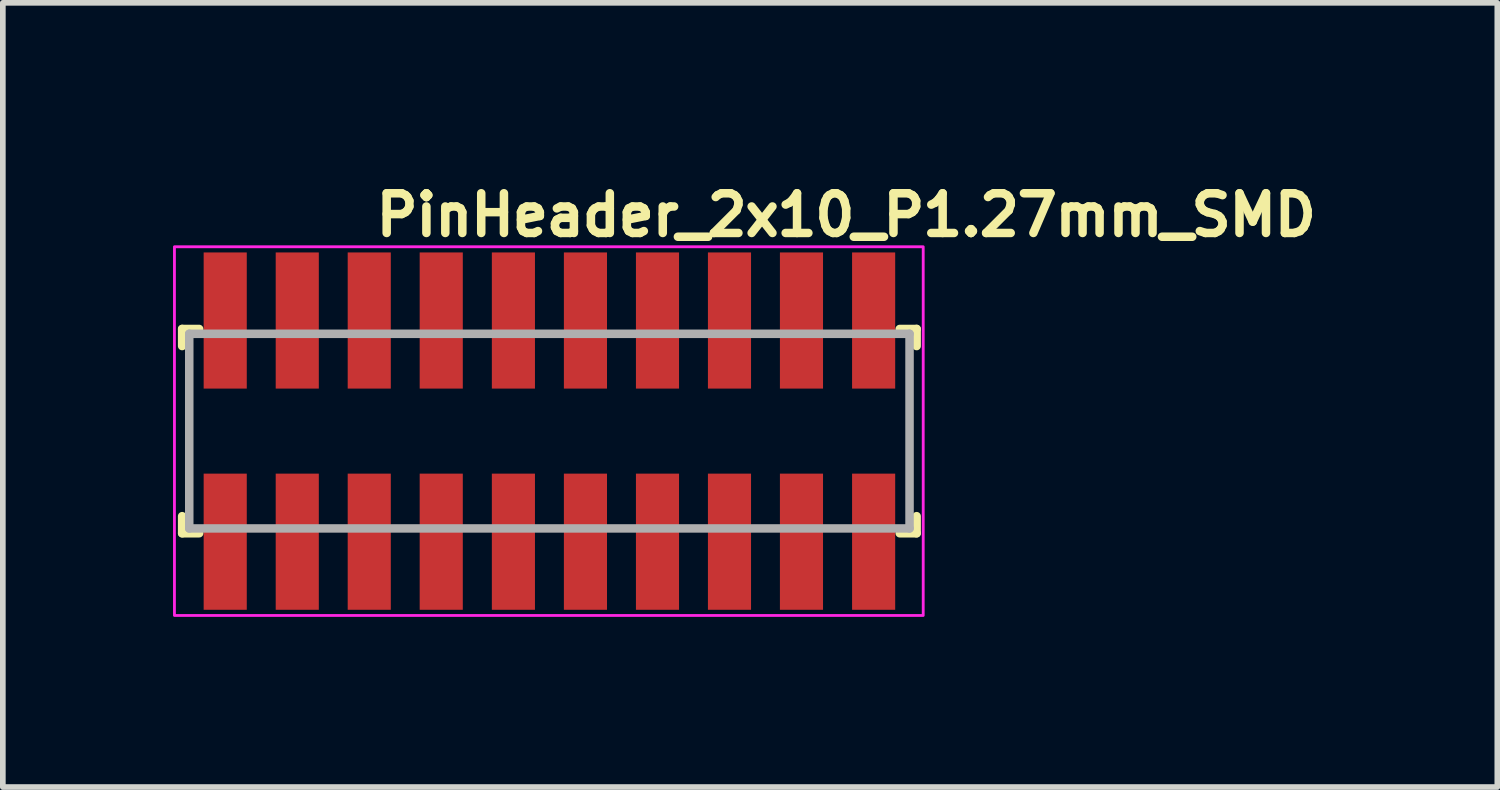
<source format=kicad_pcb>
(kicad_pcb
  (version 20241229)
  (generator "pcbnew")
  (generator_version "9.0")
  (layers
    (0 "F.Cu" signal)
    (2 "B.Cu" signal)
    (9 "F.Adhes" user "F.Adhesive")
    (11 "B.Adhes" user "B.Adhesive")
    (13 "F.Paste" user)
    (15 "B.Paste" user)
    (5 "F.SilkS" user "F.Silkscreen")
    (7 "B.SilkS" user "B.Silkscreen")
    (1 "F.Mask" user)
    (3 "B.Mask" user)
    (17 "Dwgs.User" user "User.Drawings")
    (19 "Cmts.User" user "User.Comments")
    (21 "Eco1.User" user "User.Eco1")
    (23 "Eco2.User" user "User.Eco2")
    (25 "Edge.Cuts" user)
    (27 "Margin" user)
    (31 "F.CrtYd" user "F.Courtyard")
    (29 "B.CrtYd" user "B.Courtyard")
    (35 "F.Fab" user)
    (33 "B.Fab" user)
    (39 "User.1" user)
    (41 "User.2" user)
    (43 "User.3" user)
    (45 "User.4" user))
  (footprint "PinHeader_2x10_P1.27mm_SMD"
    (layer "F.Cu")
    (at 3.501 4.55)
    (property "Reference" "PinHeader_2x10_P1.27mm_SMD" (at 0 -3.4 0) (layer "F.SilkS") (effects (font (size 0.7 0.7) (thickness 0.15)) (justify left bottom)))
    (attr smd)
    (fp_line (start -3.34 -1.801) (end -3.34 -1.5) (stroke (width 0.15) (type solid)) (layer "F.SilkS"))
    (fp_line (start -3.34 1.8) (end -3.34 1.499) (stroke (width 0.15) (type solid)) (layer "F.SilkS"))
    (fp_line (start -3.04 -1.801) (end -3.34 -1.801) (stroke (width 0.15) (type solid)) (layer "F.SilkS"))
    (fp_line (start -3.04 1.8) (end -3.34 1.8) (stroke (width 0.15) (type solid)) (layer "F.SilkS"))
    (fp_line (start 9.309 -1.801) (end 9.607 -1.801) (stroke (width 0.15) (type solid)) (layer "F.SilkS"))
    (fp_line (start 9.309 1.8) (end 9.607 1.8) (stroke (width 0.15) (type solid)) (layer "F.SilkS"))
    (fp_line (start 9.607 -1.801) (end 9.607 -1.5) (stroke (width 0.15) (type solid)) (layer "F.SilkS"))
    (fp_line (start 9.607 1.8) (end 9.607 1.499) (stroke (width 0.15) (type solid)) (layer "F.SilkS"))
    (fp_rect (start -3.476 -3.25) (end 9.723 3.249) (stroke (width 0.05) (type solid)) (fill no) (layer "F.CrtYd"))
    (fp_line (start -3.215 -1.716) (end -3.215 1.715) (stroke (width 0.15) (type solid)) (layer "F.Fab"))
    (fp_line (start 9.482 -1.716) (end -3.215 -1.716) (stroke (width 0.15) (type solid)) (layer "F.Fab"))
    (fp_line (start 9.482 -1.716) (end 9.482 1.715) (stroke (width 0.15) (type solid)) (layer "F.Fab"))
    (fp_line (start 9.482 1.715) (end -3.215 1.715) (stroke (width 0.15) (type solid)) (layer "F.Fab"))
    (fp_rect (start -3.176 -2.75) (end 9.523 2.749) (stroke (width 0.1) (type solid)) (fill no) (layer "User.5"))
    (fp_line (start -3.176 -1.44) (end -3.176 1.439) (stroke (width 0.02) (type solid)) (layer "User.9"))
    (fp_line (start -3.176 1.439) (end -3.025 1.699) (stroke (width 0.02) (type solid)) (layer "User.9"))
    (fp_line (start -3.025 -1.7) (end -3.176 -1.44) (stroke (width 0.02) (type solid)) (layer "User.9"))
    (fp_line (start -3.025 1.699) (end -2.057 1.699) (stroke (width 0.02) (type solid)) (layer "User.9"))
    (fp_line (start -2.742 -1.7) (end -2.742 -2.75) (stroke (width 0.02) (type solid)) (layer "User.9"))
    (fp_line (start -2.742 -0.835) (end -2.742 -0.435) (stroke (width 0.02) (type solid)) (layer "User.9"))
    (fp_line (start -2.742 -0.435) (end -2.34 -0.435) (stroke (width 0.02) (type solid)) (layer "User.9"))
    (fp_line (start -2.742 0.433) (end -2.34 0.433) (stroke (width 0.02) (type solid)) (layer "User.9"))
    (fp_line (start -2.742 0.833) (end -2.742 0.433) (stroke (width 0.02) (type solid)) (layer "User.9"))
    (fp_line (start -2.742 1.699) (end -2.742 2.749) (stroke (width 0.02) (type solid)) (layer "User.9"))
    (fp_line (start -2.34 -2.75) (end -2.742 -2.75) (stroke (width 0.02) (type solid)) (layer "User.9"))
    (fp_line (start -2.34 -1.7) (end -2.34 -2.75) (stroke (width 0.02) (type solid)) (layer "User.9"))
    (fp_line (start -2.34 -0.835) (end -2.742 -0.835) (stroke (width 0.02) (type solid)) (layer "User.9"))
    (fp_line (start -2.34 -0.435) (end -2.34 -0.835) (stroke (width 0.02) (type solid)) (layer "User.9"))
    (fp_line (start -2.34 0.433) (end -2.34 0.833) (stroke (width 0.02) (type solid)) (layer "User.9"))
    (fp_line (start -2.34 0.833) (end -2.742 0.833) (stroke (width 0.02) (type solid)) (layer "User.9"))
    (fp_line (start -2.34 1.699) (end -2.34 2.749) (stroke (width 0.02) (type solid)) (layer "User.9"))
    (fp_line (start -2.34 2.749) (end -2.742 2.749) (stroke (width 0.02) (type solid)) (layer "User.9"))
    (fp_line (start -2.057 -1.7) (end -3.025 -1.7) (stroke (width 0.02) (type solid)) (layer "User.9"))
    (fp_line (start -2.057 1.699) (end -1.905 1.439) (stroke (width 0.02) (type solid)) (layer "User.9"))
    (fp_line (start -1.905 -1.44) (end -2.057 -1.7) (stroke (width 0.02) (type solid)) (layer "User.9"))
    (fp_line (start -1.905 1.439) (end -1.756 1.699) (stroke (width 0.02) (type solid)) (layer "User.9"))
    (fp_line (start -1.756 -1.7) (end -1.905 -1.44) (stroke (width 0.02) (type solid)) (layer "User.9"))
    (fp_line (start -1.756 1.699) (end -0.787 1.699) (stroke (width 0.02) (type solid)) (layer "User.9"))
    (fp_line (start -1.47 -1.7) (end -1.47 -2.75) (stroke (width 0.02) (type solid)) (layer "User.9"))
    (fp_line (start -1.47 -0.835) (end -1.47 -0.435) (stroke (width 0.02) (type solid)) (layer "User.9"))
    (fp_line (start -1.47 -0.435) (end -1.071 -0.435) (stroke (width 0.02) (type solid)) (layer "User.9"))
    (fp_line (start -1.47 0.433) (end -1.071 0.433) (stroke (width 0.02) (type solid)) (layer "User.9"))
    (fp_line (start -1.47 0.833) (end -1.47 0.433) (stroke (width 0.02) (type solid)) (layer "User.9"))
    (fp_line (start -1.47 1.699) (end -1.47 2.749) (stroke (width 0.02) (type solid)) (layer "User.9"))
    (fp_line (start -1.071 -2.75) (end -1.47 -2.75) (stroke (width 0.02) (type solid)) (layer "User.9"))
    (fp_line (start -1.071 -1.7) (end -1.071 -2.75) (stroke (width 0.02) (type solid)) (layer "User.9"))
    (fp_line (start -1.071 -0.835) (end -1.47 -0.835) (stroke (width 0.02) (type solid)) (layer "User.9"))
    (fp_line (start -1.071 -0.435) (end -1.071 -0.835) (stroke (width 0.02) (type solid)) (layer "User.9"))
    (fp_line (start -1.071 0.433) (end -1.071 0.833) (stroke (width 0.02) (type solid)) (layer "User.9"))
    (fp_line (start -1.071 0.833) (end -1.47 0.833) (stroke (width 0.02) (type solid)) (layer "User.9"))
    (fp_line (start -1.071 1.699) (end -1.071 2.749) (stroke (width 0.02) (type solid)) (layer "User.9"))
    (fp_line (start -1.071 2.749) (end -1.47 2.749) (stroke (width 0.02) (type solid)) (layer "User.9"))
    (fp_line (start -0.787 -1.7) (end -1.756 -1.7) (stroke (width 0.02) (type solid)) (layer "User.9"))
    (fp_line (start -0.787 1.699) (end -0.635 1.439) (stroke (width 0.02) (type solid)) (layer "User.9"))
    (fp_line (start -0.635 -1.44) (end -0.787 -1.7) (stroke (width 0.02) (type solid)) (layer "User.9"))
    (fp_line (start -0.635 1.439) (end -0.486 1.699) (stroke (width 0.02) (type solid)) (layer "User.9"))
    (fp_line (start -0.486 -1.7) (end -0.635 -1.44) (stroke (width 0.02) (type solid)) (layer "User.9"))
    (fp_line (start -0.486 1.699) (end 0.483 1.699) (stroke (width 0.02) (type solid)) (layer "User.9"))
    (fp_line (start -0.202 -1.7) (end -0.202 -2.75) (stroke (width 0.02) (type solid)) (layer "User.9"))
    (fp_line (start -0.202 -0.835) (end -0.202 -0.435) (stroke (width 0.02) (type solid)) (layer "User.9"))
    (fp_line (start -0.202 -0.435) (end 0.199 -0.435) (stroke (width 0.02) (type solid)) (layer "User.9"))
    (fp_line (start -0.202 0.433) (end 0.199 0.433) (stroke (width 0.02) (type solid)) (layer "User.9"))
    (fp_line (start -0.202 0.833) (end -0.202 0.433) (stroke (width 0.02) (type solid)) (layer "User.9"))
    (fp_line (start -0.202 1.699) (end -0.202 2.749) (stroke (width 0.02) (type solid)) (layer "User.9"))
    (fp_line (start 0.199 -2.75) (end -0.202 -2.75) (stroke (width 0.02) (type solid)) (layer "User.9"))
    (fp_line (start 0.199 -1.7) (end 0.199 -2.75) (stroke (width 0.02) (type solid)) (layer "User.9"))
    (fp_line (start 0.199 -0.835) (end -0.202 -0.835) (stroke (width 0.02) (type solid)) (layer "User.9"))
    (fp_line (start 0.199 -0.435) (end 0.199 -0.835) (stroke (width 0.02) (type solid)) (layer "User.9"))
    (fp_line (start 0.199 0.433) (end 0.199 0.833) (stroke (width 0.02) (type solid)) (layer "User.9"))
    (fp_line (start 0.199 0.833) (end -0.202 0.833) (stroke (width 0.02) (type solid)) (layer "User.9"))
    (fp_line (start 0.199 1.699) (end 0.199 2.749) (stroke (width 0.02) (type solid)) (layer "User.9"))
    (fp_line (start 0.199 2.749) (end -0.202 2.749) (stroke (width 0.02) (type solid)) (layer "User.9"))
    (fp_line (start 0.483 -1.7) (end -0.486 -1.7) (stroke (width 0.02) (type solid)) (layer "User.9"))
    (fp_line (start 0.483 1.699) (end 0.633 1.439) (stroke (width 0.02) (type solid)) (layer "User.9"))
    (fp_line (start 0.633 -1.44) (end 0.483 -1.7) (stroke (width 0.02) (type solid)) (layer "User.9"))
    (fp_line (start 0.633 1.439) (end 0.784 1.699) (stroke (width 0.02) (type solid)) (layer "User.9"))
    (fp_line (start 0.784 -1.7) (end 0.633 -1.44) (stroke (width 0.02) (type solid)) (layer "User.9"))
    (fp_line (start 0.784 1.699) (end 1.753 1.699) (stroke (width 0.02) (type solid)) (layer "User.9"))
    (fp_line (start 1.07 -1.7) (end 1.07 -2.75) (stroke (width 0.02) (type solid)) (layer "User.9"))
    (fp_line (start 1.07 -0.835) (end 1.07 -0.435) (stroke (width 0.02) (type solid)) (layer "User.9"))
    (fp_line (start 1.07 -0.435) (end 1.469 -0.435) (stroke (width 0.02) (type solid)) (layer "User.9"))
    (fp_line (start 1.07 0.433) (end 1.469 0.433) (stroke (width 0.02) (type solid)) (layer "User.9"))
    (fp_line (start 1.07 0.833) (end 1.07 0.433) (stroke (width 0.02) (type solid)) (layer "User.9"))
    (fp_line (start 1.07 1.699) (end 1.07 2.749) (stroke (width 0.02) (type solid)) (layer "User.9"))
    (fp_line (start 1.469 -2.75) (end 1.07 -2.75) (stroke (width 0.02) (type solid)) (layer "User.9"))
    (fp_line (start 1.469 -1.7) (end 1.469 -2.75) (stroke (width 0.02) (type solid)) (layer "User.9"))
    (fp_line (start 1.469 -0.835) (end 1.07 -0.835) (stroke (width 0.02) (type solid)) (layer "User.9"))
    (fp_line (start 1.469 -0.435) (end 1.469 -0.835) (stroke (width 0.02) (type solid)) (layer "User.9"))
    (fp_line (start 1.469 0.433) (end 1.469 0.833) (stroke (width 0.02) (type solid)) (layer "User.9"))
    (fp_line (start 1.469 0.833) (end 1.07 0.833) (stroke (width 0.02) (type solid)) (layer "User.9"))
    (fp_line (start 1.469 1.699) (end 1.469 2.749) (stroke (width 0.02) (type solid)) (layer "User.9"))
    (fp_line (start 1.469 2.749) (end 1.07 2.749) (stroke (width 0.02) (type solid)) (layer "User.9"))
    (fp_line (start 1.753 -1.7) (end 0.784 -1.7) (stroke (width 0.02) (type solid)) (layer "User.9"))
    (fp_line (start 1.753 1.699) (end 1.904 1.439) (stroke (width 0.02) (type solid)) (layer "User.9"))
    (fp_line (start 1.904 -1.44) (end 1.753 -1.7) (stroke (width 0.02) (type solid)) (layer "User.9"))
    (fp_line (start 1.904 1.439) (end 2.055 1.699) (stroke (width 0.02) (type solid)) (layer "User.9"))
    (fp_line (start 2.055 -1.7) (end 1.904 -1.44) (stroke (width 0.02) (type solid)) (layer "User.9"))
    (fp_line (start 2.055 1.699) (end 3.023 1.699) (stroke (width 0.02) (type solid)) (layer "User.9"))
    (fp_line (start 2.338 -1.7) (end 2.338 -2.75) (stroke (width 0.02) (type solid)) (layer "User.9"))
    (fp_line (start 2.338 -0.835) (end 2.338 -0.435) (stroke (width 0.02) (type solid)) (layer "User.9"))
    (fp_line (start 2.338 -0.435) (end 2.738 -0.435) (stroke (width 0.02) (type solid)) (layer "User.9"))
    (fp_line (start 2.338 0.433) (end 2.738 0.433) (stroke (width 0.02) (type solid)) (layer "User.9"))
    (fp_line (start 2.338 0.833) (end 2.338 0.433) (stroke (width 0.02) (type solid)) (layer "User.9"))
    (fp_line (start 2.338 1.699) (end 2.338 2.749) (stroke (width 0.02) (type solid)) (layer "User.9"))
    (fp_line (start 2.738 -2.75) (end 2.338 -2.75) (stroke (width 0.02) (type solid)) (layer "User.9"))
    (fp_line (start 2.738 -1.7) (end 2.738 -2.75) (stroke (width 0.02) (type solid)) (layer "User.9"))
    (fp_line (start 2.738 -0.835) (end 2.338 -0.835) (stroke (width 0.02) (type solid)) (layer "User.9"))
    (fp_line (start 2.738 -0.435) (end 2.738 -0.835) (stroke (width 0.02) (type solid)) (layer "User.9"))
    (fp_line (start 2.738 0.433) (end 2.738 0.833) (stroke (width 0.02) (type solid)) (layer "User.9"))
    (fp_line (start 2.738 0.833) (end 2.338 0.833) (stroke (width 0.02) (type solid)) (layer "User.9"))
    (fp_line (start 2.738 1.699) (end 2.738 2.749) (stroke (width 0.02) (type solid)) (layer "User.9"))
    (fp_line (start 2.738 2.749) (end 2.338 2.749) (stroke (width 0.02) (type solid)) (layer "User.9"))
    (fp_line (start 3.023 -1.7) (end 2.055 -1.7) (stroke (width 0.02) (type solid)) (layer "User.9"))
    (fp_line (start 3.023 1.699) (end 3.173 1.439) (stroke (width 0.02) (type solid)) (layer "User.9"))
    (fp_line (start 3.173 -1.44) (end 3.023 -1.7) (stroke (width 0.02) (type solid)) (layer "User.9"))
    (fp_line (start 3.173 1.439) (end 3.324 1.699) (stroke (width 0.02) (type solid)) (layer "User.9"))
    (fp_line (start 3.324 -1.7) (end 3.173 -1.44) (stroke (width 0.02) (type solid)) (layer "User.9"))
    (fp_line (start 3.324 1.699) (end 4.292 1.699) (stroke (width 0.02) (type solid)) (layer "User.9"))
    (fp_line (start 3.607 -1.7) (end 3.607 -2.75) (stroke (width 0.02) (type solid)) (layer "User.9"))
    (fp_line (start 3.607 -0.835) (end 3.607 -0.435) (stroke (width 0.02) (type solid)) (layer "User.9"))
    (fp_line (start 3.607 -0.435) (end 4.009 -0.435) (stroke (width 0.02) (type solid)) (layer "User.9"))
    (fp_line (start 3.607 0.433) (end 4.009 0.433) (stroke (width 0.02) (type solid)) (layer "User.9"))
    (fp_line (start 3.607 0.833) (end 3.607 0.433) (stroke (width 0.02) (type solid)) (layer "User.9"))
    (fp_line (start 3.607 1.699) (end 3.607 2.749) (stroke (width 0.02) (type solid)) (layer "User.9"))
    (fp_line (start 4.009 -2.75) (end 3.607 -2.75) (stroke (width 0.02) (type solid)) (layer "User.9"))
    (fp_line (start 4.009 -1.7) (end 4.009 -2.75) (stroke (width 0.02) (type solid)) (layer "User.9"))
    (fp_line (start 4.009 -0.835) (end 3.607 -0.835) (stroke (width 0.02) (type solid)) (layer "User.9"))
    (fp_line (start 4.009 -0.435) (end 4.009 -0.835) (stroke (width 0.02) (type solid)) (layer "User.9"))
    (fp_line (start 4.009 0.433) (end 4.009 0.833) (stroke (width 0.02) (type solid)) (layer "User.9"))
    (fp_line (start 4.009 0.833) (end 3.607 0.833) (stroke (width 0.02) (type solid)) (layer "User.9"))
    (fp_line (start 4.009 1.699) (end 4.009 2.749) (stroke (width 0.02) (type solid)) (layer "User.9"))
    (fp_line (start 4.009 2.749) (end 3.607 2.749) (stroke (width 0.02) (type solid)) (layer "User.9"))
    (fp_line (start 4.292 -1.7) (end 3.324 -1.7) (stroke (width 0.02) (type solid)) (layer "User.9"))
    (fp_line (start 4.292 1.699) (end 4.444 1.439) (stroke (width 0.02) (type solid)) (layer "User.9"))
    (fp_line (start 4.444 -1.44) (end 4.292 -1.7) (stroke (width 0.02) (type solid)) (layer "User.9"))
    (fp_line (start 4.444 1.439) (end 4.593 1.699) (stroke (width 0.02) (type solid)) (layer "User.9"))
    (fp_line (start 4.593 -1.7) (end 4.444 -1.44) (stroke (width 0.02) (type solid)) (layer "User.9"))
    (fp_line (start 4.593 1.699) (end 5.562 1.699) (stroke (width 0.02) (type solid)) (layer "User.9"))
    (fp_line (start 4.879 -1.7) (end 4.879 -2.75) (stroke (width 0.02) (type solid)) (layer "User.9"))
    (fp_line (start 4.879 -0.835) (end 4.879 -0.435) (stroke (width 0.02) (type solid)) (layer "User.9"))
    (fp_line (start 4.879 -0.435) (end 5.278 -0.435) (stroke (width 0.02) (type solid)) (layer "User.9"))
    (fp_line (start 4.879 0.433) (end 5.278 0.433) (stroke (width 0.02) (type solid)) (layer "User.9"))
    (fp_line (start 4.879 0.833) (end 4.879 0.433) (stroke (width 0.02) (type solid)) (layer "User.9"))
    (fp_line (start 4.879 1.699) (end 4.879 2.749) (stroke (width 0.02) (type solid)) (layer "User.9"))
    (fp_line (start 5.278 -2.75) (end 4.879 -2.75) (stroke (width 0.02) (type solid)) (layer "User.9"))
    (fp_line (start 5.278 -1.7) (end 5.278 -2.75) (stroke (width 0.02) (type solid)) (layer "User.9"))
    (fp_line (start 5.278 -0.835) (end 4.879 -0.835) (stroke (width 0.02) (type solid)) (layer "User.9"))
    (fp_line (start 5.278 -0.435) (end 5.278 -0.835) (stroke (width 0.02) (type solid)) (layer "User.9"))
    (fp_line (start 5.278 0.433) (end 5.278 0.833) (stroke (width 0.02) (type solid)) (layer "User.9"))
    (fp_line (start 5.278 0.833) (end 4.879 0.833) (stroke (width 0.02) (type solid)) (layer "User.9"))
    (fp_line (start 5.278 1.699) (end 5.278 2.749) (stroke (width 0.02) (type solid)) (layer "User.9"))
    (fp_line (start 5.278 2.749) (end 4.879 2.749) (stroke (width 0.02) (type solid)) (layer "User.9"))
    (fp_line (start 5.562 -1.7) (end 4.593 -1.7) (stroke (width 0.02) (type solid)) (layer "User.9"))
    (fp_line (start 5.562 1.699) (end 5.714 1.439) (stroke (width 0.02) (type solid)) (layer "User.9"))
    (fp_line (start 5.714 -1.44) (end 5.562 -1.7) (stroke (width 0.02) (type solid)) (layer "User.9"))
    (fp_line (start 5.714 1.439) (end 5.863 1.699) (stroke (width 0.02) (type solid)) (layer "User.9"))
    (fp_line (start 5.863 -1.7) (end 5.714 -1.44) (stroke (width 0.02) (type solid)) (layer "User.9"))
    (fp_line (start 5.863 1.699) (end 6.832 1.699) (stroke (width 0.02) (type solid)) (layer "User.9"))
    (fp_line (start 6.147 -1.7) (end 6.147 -2.75) (stroke (width 0.02) (type solid)) (layer "User.9"))
    (fp_line (start 6.147 -0.835) (end 6.147 -0.435) (stroke (width 0.02) (type solid)) (layer "User.9"))
    (fp_line (start 6.147 -0.435) (end 6.548 -0.435) (stroke (width 0.02) (type solid)) (layer "User.9"))
    (fp_line (start 6.147 0.433) (end 6.548 0.433) (stroke (width 0.02) (type solid)) (layer "User.9"))
    (fp_line (start 6.147 0.833) (end 6.147 0.433) (stroke (width 0.02) (type solid)) (layer "User.9"))
    (fp_line (start 6.147 1.699) (end 6.147 2.749) (stroke (width 0.02) (type solid)) (layer "User.9"))
    (fp_line (start 6.548 -2.75) (end 6.147 -2.75) (stroke (width 0.02) (type solid)) (layer "User.9"))
    (fp_line (start 6.548 -1.7) (end 6.548 -2.75) (stroke (width 0.02) (type solid)) (layer "User.9"))
    (fp_line (start 6.548 -0.835) (end 6.147 -0.835) (stroke (width 0.02) (type solid)) (layer "User.9"))
    (fp_line (start 6.548 -0.435) (end 6.548 -0.835) (stroke (width 0.02) (type solid)) (layer "User.9"))
    (fp_line (start 6.548 0.433) (end 6.548 0.833) (stroke (width 0.02) (type solid)) (layer "User.9"))
    (fp_line (start 6.548 0.833) (end 6.147 0.833) (stroke (width 0.02) (type solid)) (layer "User.9"))
    (fp_line (start 6.548 1.699) (end 6.548 2.749) (stroke (width 0.02) (type solid)) (layer "User.9"))
    (fp_line (start 6.548 2.749) (end 6.147 2.749) (stroke (width 0.02) (type solid)) (layer "User.9"))
    (fp_line (start 6.832 -1.7) (end 5.863 -1.7) (stroke (width 0.02) (type solid)) (layer "User.9"))
    (fp_line (start 6.832 1.699) (end 6.982 1.439) (stroke (width 0.02) (type solid)) (layer "User.9"))
    (fp_line (start 6.982 -1.44) (end 6.832 -1.7) (stroke (width 0.02) (type solid)) (layer "User.9"))
    (fp_line (start 6.982 1.439) (end 7.133 1.699) (stroke (width 0.02) (type solid)) (layer "User.9"))
    (fp_line (start 7.133 -1.7) (end 6.982 -1.44) (stroke (width 0.02) (type solid)) (layer "User.9"))
    (fp_line (start 7.133 1.699) (end 8.102 1.699) (stroke (width 0.02) (type solid)) (layer "User.9"))
    (fp_line (start 7.419 -1.7) (end 7.419 -2.75) (stroke (width 0.02) (type solid)) (layer "User.9"))
    (fp_line (start 7.419 -0.835) (end 7.419 -0.435) (stroke (width 0.02) (type solid)) (layer "User.9"))
    (fp_line (start 7.419 -0.435) (end 7.818 -0.435) (stroke (width 0.02) (type solid)) (layer "User.9"))
    (fp_line (start 7.419 0.433) (end 7.818 0.433) (stroke (width 0.02) (type solid)) (layer "User.9"))
    (fp_line (start 7.419 0.833) (end 7.419 0.433) (stroke (width 0.02) (type solid)) (layer "User.9"))
    (fp_line (start 7.419 1.699) (end 7.419 2.749) (stroke (width 0.02) (type solid)) (layer "User.9"))
    (fp_line (start 7.818 -2.75) (end 7.419 -2.75) (stroke (width 0.02) (type solid)) (layer "User.9"))
    (fp_line (start 7.818 -1.7) (end 7.818 -2.75) (stroke (width 0.02) (type solid)) (layer "User.9"))
    (fp_line (start 7.818 -0.835) (end 7.419 -0.835) (stroke (width 0.02) (type solid)) (layer "User.9"))
    (fp_line (start 7.818 -0.435) (end 7.818 -0.835) (stroke (width 0.02) (type solid)) (layer "User.9"))
    (fp_line (start 7.818 0.433) (end 7.818 0.833) (stroke (width 0.02) (type solid)) (layer "User.9"))
    (fp_line (start 7.818 0.833) (end 7.419 0.833) (stroke (width 0.02) (type solid)) (layer "User.9"))
    (fp_line (start 7.818 1.699) (end 7.818 2.749) (stroke (width 0.02) (type solid)) (layer "User.9"))
    (fp_line (start 7.818 2.749) (end 7.419 2.749) (stroke (width 0.02) (type solid)) (layer "User.9"))
    (fp_line (start 8.102 -1.7) (end 7.133 -1.7) (stroke (width 0.02) (type solid)) (layer "User.9"))
    (fp_line (start 8.102 1.699) (end 8.253 1.439) (stroke (width 0.02) (type solid)) (layer "User.9"))
    (fp_line (start 8.253 -1.44) (end 8.102 -1.7) (stroke (width 0.02) (type solid)) (layer "User.9"))
    (fp_line (start 8.253 1.439) (end 8.404 1.699) (stroke (width 0.02) (type solid)) (layer "User.9"))
    (fp_line (start 8.404 -1.7) (end 8.253 -1.44) (stroke (width 0.02) (type solid)) (layer "User.9"))
    (fp_line (start 8.404 1.699) (end 9.372 1.699) (stroke (width 0.02) (type solid)) (layer "User.9"))
    (fp_line (start 8.687 -1.7) (end 8.687 -2.75) (stroke (width 0.02) (type solid)) (layer "User.9"))
    (fp_line (start 8.687 -0.835) (end 8.687 -0.435) (stroke (width 0.02) (type solid)) (layer "User.9"))
    (fp_line (start 8.687 -0.435) (end 9.087 -0.435) (stroke (width 0.02) (type solid)) (layer "User.9"))
    (fp_line (start 8.687 0.433) (end 9.087 0.433) (stroke (width 0.02) (type solid)) (layer "User.9"))
    (fp_line (start 8.687 0.833) (end 8.687 0.433) (stroke (width 0.02) (type solid)) (layer "User.9"))
    (fp_line (start 8.687 1.699) (end 8.687 2.749) (stroke (width 0.02) (type solid)) (layer "User.9"))
    (fp_line (start 9.087 -2.75) (end 8.687 -2.75) (stroke (width 0.02) (type solid)) (layer "User.9"))
    (fp_line (start 9.087 -1.7) (end 9.087 -2.75) (stroke (width 0.02) (type solid)) (layer "User.9"))
    (fp_line (start 9.087 -0.835) (end 8.687 -0.835) (stroke (width 0.02) (type solid)) (layer "User.9"))
    (fp_line (start 9.087 -0.435) (end 9.087 -0.835) (stroke (width 0.02) (type solid)) (layer "User.9"))
    (fp_line (start 9.087 0.433) (end 9.087 0.833) (stroke (width 0.02) (type solid)) (layer "User.9"))
    (fp_line (start 9.087 0.833) (end 8.687 0.833) (stroke (width 0.02) (type solid)) (layer "User.9"))
    (fp_line (start 9.087 1.699) (end 9.087 2.749) (stroke (width 0.02) (type solid)) (layer "User.9"))
    (fp_line (start 9.087 2.749) (end 8.687 2.749) (stroke (width 0.02) (type solid)) (layer "User.9"))
    (fp_line (start 9.372 -1.7) (end 8.404 -1.7) (stroke (width 0.02) (type solid)) (layer "User.9"))
    (fp_line (start 9.372 1.699) (end 9.522 1.439) (stroke (width 0.02) (type solid)) (layer "User.9"))
    (fp_line (start 9.522 -1.44) (end 9.372 -1.7) (stroke (width 0.02) (type solid)) (layer "User.9"))
    (fp_line (start 9.523 1.439) (end 9.523 -1.44) (stroke (width 0.02) (type solid)) (layer "User.9"))
    (pad "1" smd rect (at -2.581 1.949) (size 0.76 2.4) (layers "F.Cu" "F.Mask" "F.Paste"))
    (pad "2" smd rect (at -2.581 -1.95) (size 0.76 2.4) (layers "F.Cu" "F.Mask" "F.Paste"))
    (pad "3" smd rect (at -1.311 1.949) (size 0.76 2.4) (layers "F.Cu" "F.Mask" "F.Paste"))
    (pad "4" smd rect (at -1.311 -1.95) (size 0.76 2.4) (layers "F.Cu" "F.Mask" "F.Paste"))
    (pad "5" smd rect (at -0.042 1.949) (size 0.76 2.4) (layers "F.Cu" "F.Mask" "F.Paste"))
    (pad "6" smd rect (at -0.042 -1.95) (size 0.76 2.4) (layers "F.Cu" "F.Mask" "F.Paste"))
    (pad "7" smd rect (at 1.227 1.949) (size 0.76 2.4) (layers "F.Cu" "F.Mask" "F.Paste"))
    (pad "8" smd rect (at 1.227 -1.95) (size 0.76 2.4) (layers "F.Cu" "F.Mask" "F.Paste"))
    (pad "9" smd rect (at 2.499 1.949) (size 0.76 2.4) (layers "F.Cu" "F.Mask" "F.Paste"))
    (pad "10" smd rect (at 2.499 -1.95) (size 0.76 2.4) (layers "F.Cu" "F.Mask" "F.Paste"))
    (pad "11" smd rect (at 3.769 1.949) (size 0.76 2.4) (layers "F.Cu" "F.Mask" "F.Paste"))
    (pad "12" smd rect (at 3.769 -1.95) (size 0.76 2.4) (layers "F.Cu" "F.Mask" "F.Paste"))
    (pad "13" smd rect (at 5.039 1.949) (size 0.76 2.4) (layers "F.Cu" "F.Mask" "F.Paste"))
    (pad "14" smd rect (at 5.039 -1.95) (size 0.76 2.4) (layers "F.Cu" "F.Mask" "F.Paste"))
    (pad "15" smd rect (at 6.308 1.949) (size 0.76 2.4) (layers "F.Cu" "F.Mask" "F.Paste"))
    (pad "16" smd rect (at 6.308 -1.95) (size 0.76 2.4) (layers "F.Cu" "F.Mask" "F.Paste"))
    (pad "17" smd rect (at 7.577 1.949) (size 0.76 2.4) (layers "F.Cu" "F.Mask" "F.Paste"))
    (pad "18" smd rect (at 7.577 -1.95) (size 0.76 2.4) (layers "F.Cu" "F.Mask" "F.Paste"))
    (pad "19" smd rect (at 8.849 1.949) (size 0.76 2.4) (layers "F.Cu" "F.Mask" "F.Paste"))
    (pad "20" smd rect (at 8.849 -1.95) (size 0.76 2.4) (layers "F.Cu" "F.Mask" "F.Paste")))
  (gr_rect
    (start -3 -3)
    (end 23.344 10.824)
    (stroke (width 0.1) (type default))
    (fill no)
    (layer "Edge.Cuts")))
</source>
